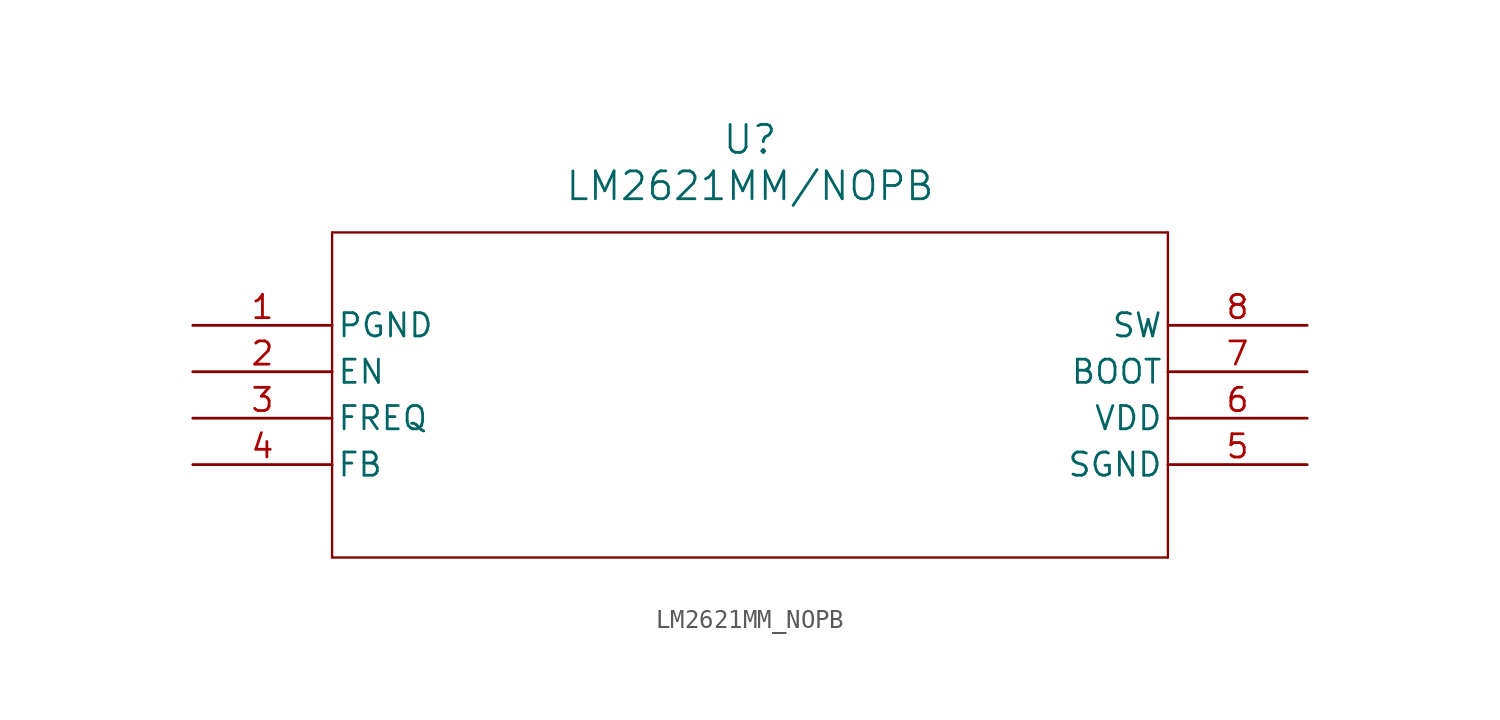
<source format=kicad_sym>
(kicad_symbol_lib
  (version 20211014)
  (generator kicad_symbol_editor)
  (symbol "LM2621MM_NOPB"
    (pin_names
      (offset 0.254))
    (property "Reference" "U"
      (at 30.48 10.16 0)
      (effects (font (size 1.524 1.524))))
    (property "Value" "LM2621MM/NOPB"
      (at 30.48 7.62 0)
      (effects (font (size 1.524 1.524))))
    (polyline
      (pts (xy 7.62 5.08) (xy 7.62 -12.7))
      (stroke (width 0.127) (type default) (color 0 0 0 0))
      (fill (type none)))
    (polyline
      (pts (xy 7.62 -12.7) (xy 53.34 -12.7))
      (stroke (width 0.127) (type default) (color 0 0 0 0))
      (fill (type none)))
    (polyline
      (pts (xy 53.34 -12.7) (xy 53.34 5.08))
      (stroke (width 0.127) (type default) (color 0 0 0 0))
      (fill (type none)))
    (polyline
      (pts (xy 53.34 5.08) (xy 7.62 5.08))
      (stroke (width 0.127) (type default) (color 0 0 0 0))
      (fill (type none)))
    (pin passive line
      (at 0 0 0)
      (length 7.62)
      (name "PGND" (effects (font (size 1.27 1.27))))
      (number "1" (effects (font (size 1.27 1.27)))))
    (pin passive line
      (at 0 -2.54 0)
      (length 7.62)
      (name "EN" (effects (font (size 1.27 1.27))))
      (number "2" (effects (font (size 1.27 1.27)))))
    (pin passive line
      (at 0 -5.08 0)
      (length 7.62)
      (name "FREQ" (effects (font (size 1.27 1.27))))
      (number "3" (effects (font (size 1.27 1.27)))))
    (pin passive line
      (at 0 -7.62 0)
      (length 7.62)
      (name "FB" (effects (font (size 1.27 1.27))))
      (number "4" (effects (font (size 1.27 1.27)))))
    (pin passive line
      (at 60.96 -7.62 180)
      (length 7.62)
      (name "SGND" (effects (font (size 1.27 1.27))))
      (number "5" (effects (font (size 1.27 1.27)))))
    (pin passive line
      (at 60.96 -5.08 180)
      (length 7.62)
      (name "VDD" (effects (font (size 1.27 1.27))))
      (number "6" (effects (font (size 1.27 1.27)))))
    (pin passive line
      (at 60.96 -2.54 180)
      (length 7.62)
      (name "BOOT" (effects (font (size 1.27 1.27))))
      (number "7" (effects (font (size 1.27 1.27)))))
    (pin output line
      (at 60.96 0 180)
      (length 7.62)
      (name "SW" (effects (font (size 1.27 1.27))))
      (number "8" (effects (font (size 1.27 1.27)))))))
</source>
